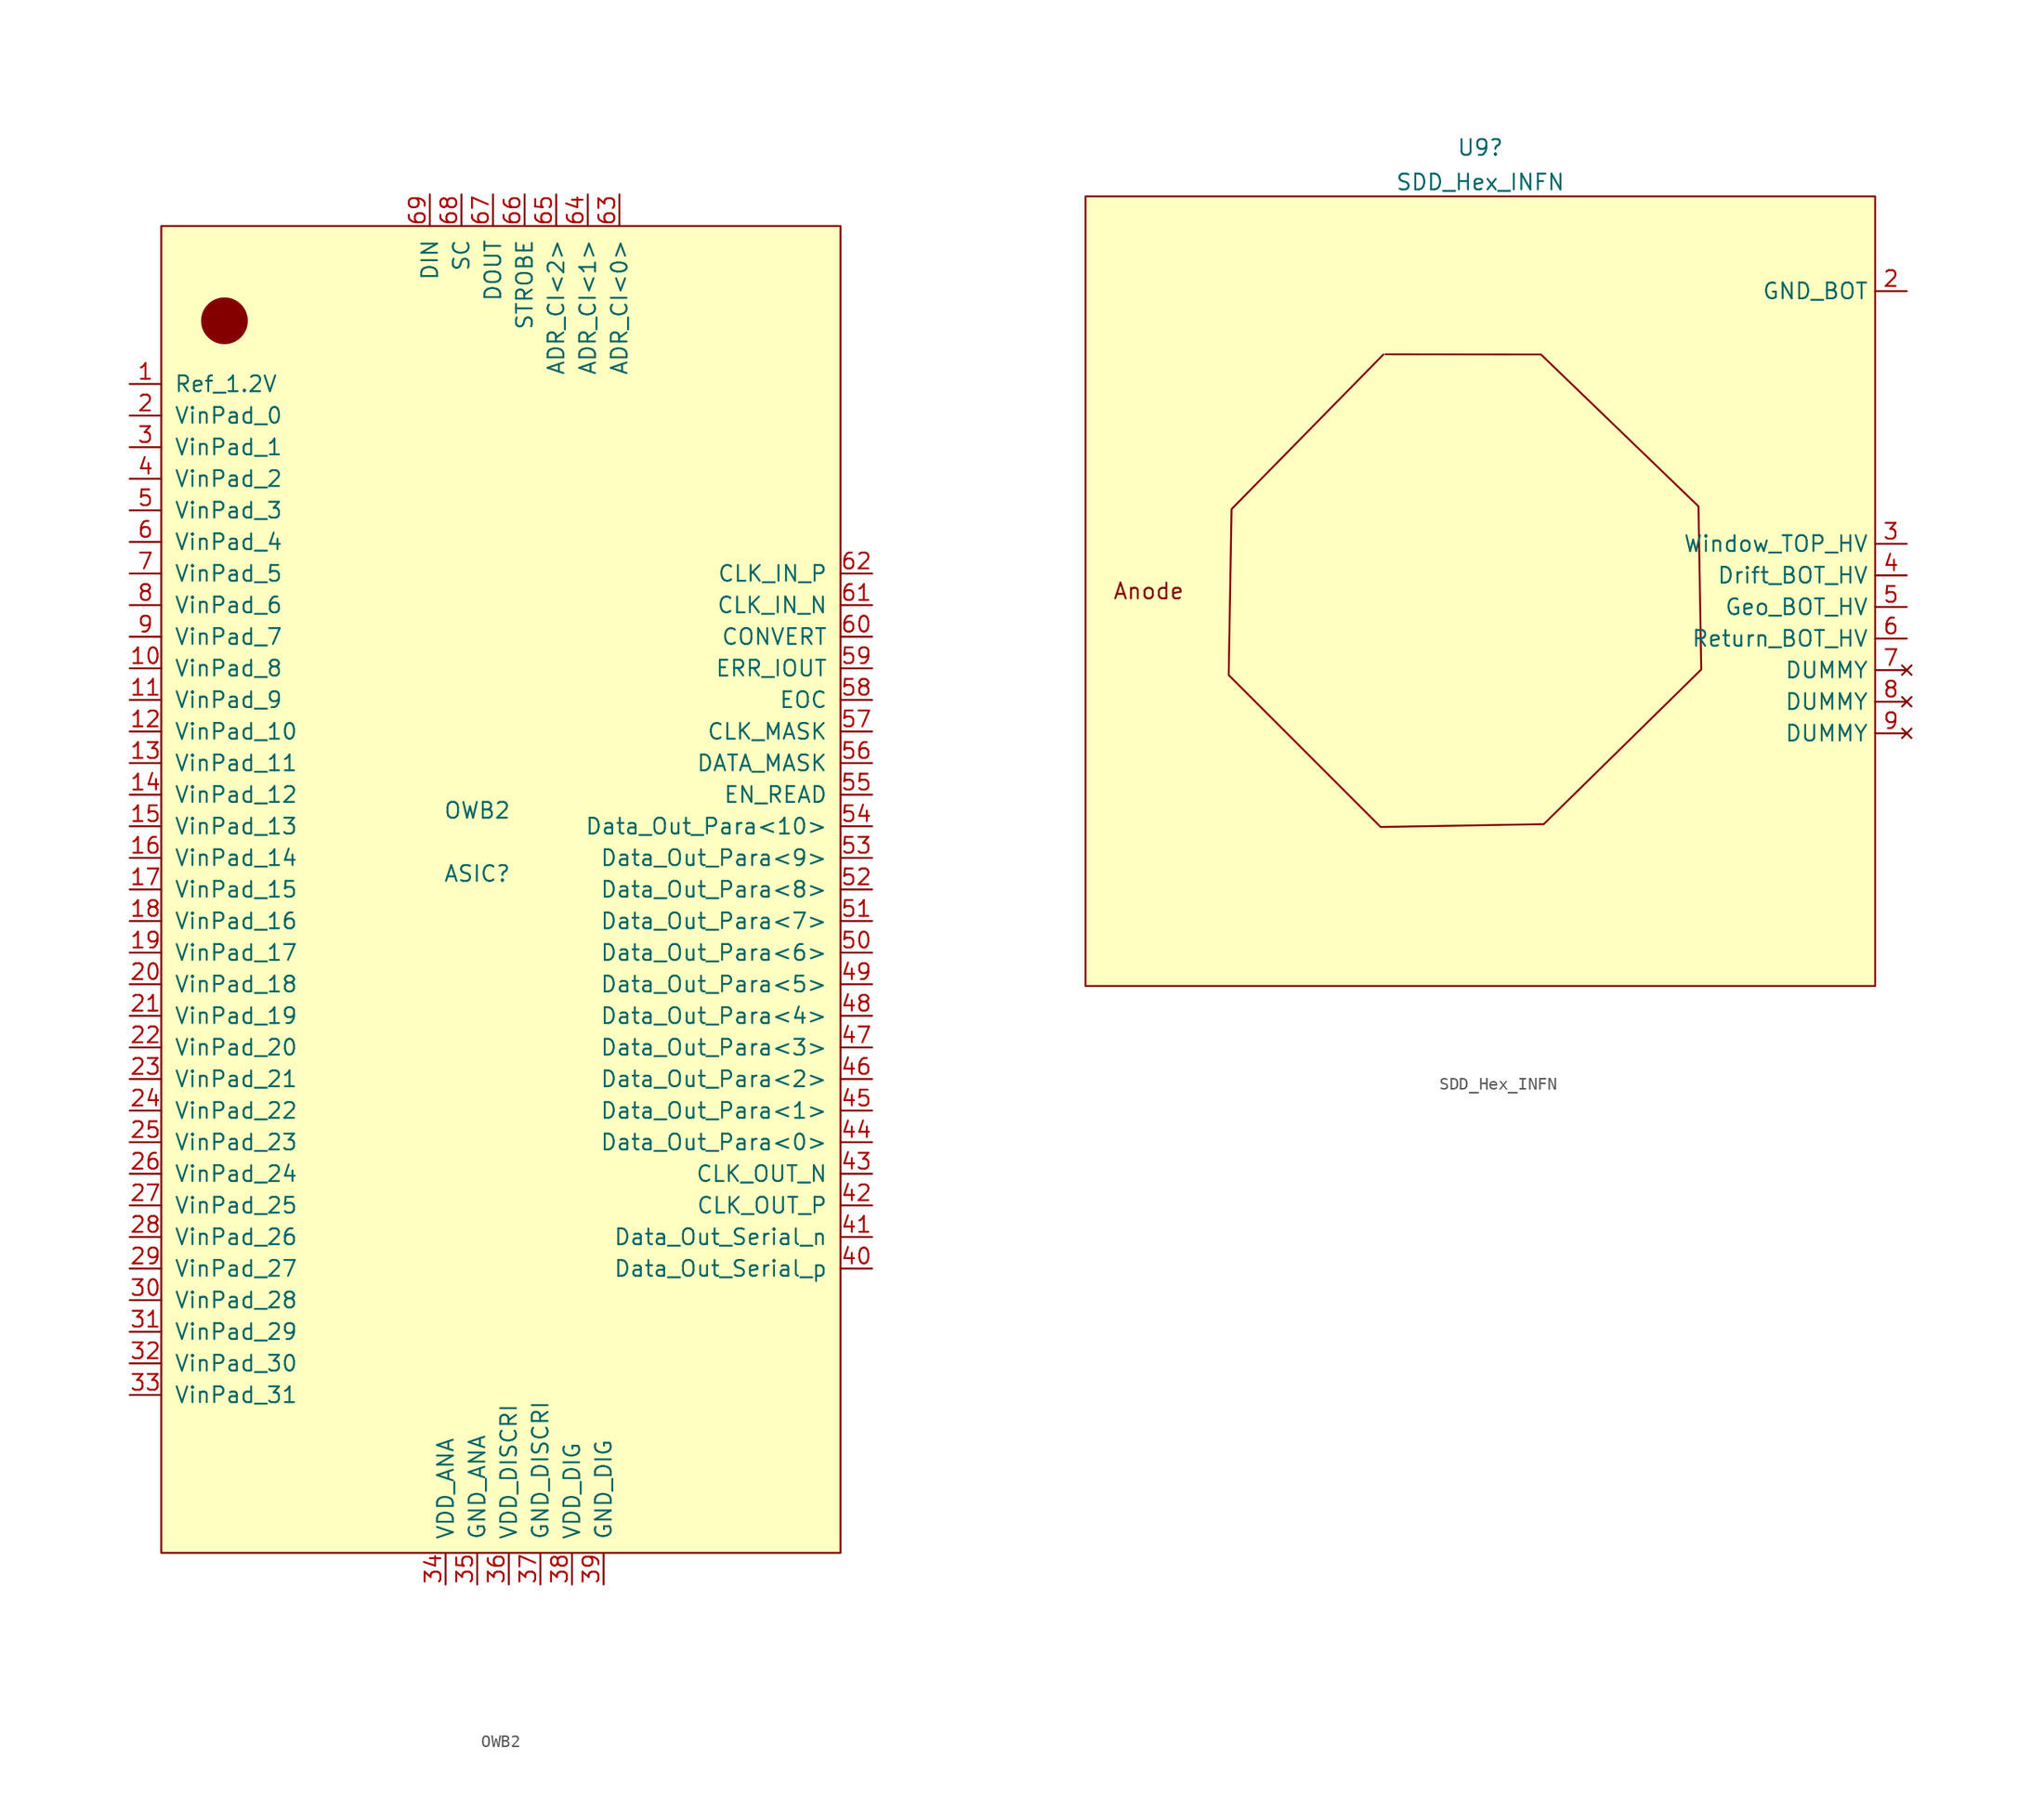
<source format=kicad_sym>
(kicad_symbol_lib
  (version 20211014)
  (generator kicad_symbol_editor)
  (symbol "OWB2"
    (pin_names
      (offset 1.016))
    (property "Reference" "ASIC"
      (at 41.91 60.96 0)
      (effects (font (size 1.27 1.27))))
    (property "Value" "OWB2"
      (at 41.91 66.04 0)
      (effects (font (size 1.27 1.27))))
    (symbol "OWB2_0_1"
      (rectangle (start 16.51 113.03) (end 71.12 6.35) (stroke (width 0) (type default) (color 0 0 0 0)) (fill (type background)))
      (circle (center 21.59 105.41) (radius 1.803) (stroke (width 0) (type default) (color 0 0 0 0)) (fill (type outline))))
    (symbol "OWB2_1_1"
      (pin output line (at 13.97 100.33 0) (length 2.54) (name "Ref_1.2V" (effects (font (size 1.27 1.27)))) (number "1" (effects (font (size 1.27 1.27)))))
      (pin input line (at 13.97 77.47 0) (length 2.54) (name "VinPad_8" (effects (font (size 1.27 1.27)))) (number "10" (effects (font (size 1.27 1.27)))))
      (pin input line (at 13.97 74.93 0) (length 2.54) (name "VinPad_9" (effects (font (size 1.27 1.27)))) (number "11" (effects (font (size 1.27 1.27)))))
      (pin input line (at 13.97 72.39 0) (length 2.54) (name "VinPad_10" (effects (font (size 1.27 1.27)))) (number "12" (effects (font (size 1.27 1.27)))))
      (pin input line (at 13.97 69.85 0) (length 2.54) (name "VinPad_11" (effects (font (size 1.27 1.27)))) (number "13" (effects (font (size 1.27 1.27)))))
      (pin input line (at 13.97 67.31 0) (length 2.54) (name "VinPad_12" (effects (font (size 1.27 1.27)))) (number "14" (effects (font (size 1.27 1.27)))))
      (pin input line (at 13.97 64.77 0) (length 2.54) (name "VinPad_13" (effects (font (size 1.27 1.27)))) (number "15" (effects (font (size 1.27 1.27)))))
      (pin input line (at 13.97 62.23 0) (length 2.54) (name "VinPad_14" (effects (font (size 1.27 1.27)))) (number "16" (effects (font (size 1.27 1.27)))))
      (pin input line (at 13.97 59.69 0) (length 2.54) (name "VinPad_15" (effects (font (size 1.27 1.27)))) (number "17" (effects (font (size 1.27 1.27)))))
      (pin input line (at 13.97 57.15 0) (length 2.54) (name "VinPad_16" (effects (font (size 1.27 1.27)))) (number "18" (effects (font (size 1.27 1.27)))))
      (pin input line (at 13.97 54.61 0) (length 2.54) (name "VinPad_17" (effects (font (size 1.27 1.27)))) (number "19" (effects (font (size 1.27 1.27)))))
      (pin input line (at 13.97 97.79 0) (length 2.54) (name "VinPad_0" (effects (font (size 1.27 1.27)))) (number "2" (effects (font (size 1.27 1.27)))))
      (pin input line (at 13.97 52.07 0) (length 2.54) (name "VinPad_18" (effects (font (size 1.27 1.27)))) (number "20" (effects (font (size 1.27 1.27)))))
      (pin input line (at 13.97 49.53 0) (length 2.54) (name "VinPad_19" (effects (font (size 1.27 1.27)))) (number "21" (effects (font (size 1.27 1.27)))))
      (pin input line (at 13.97 46.99 0) (length 2.54) (name "VinPad_20" (effects (font (size 1.27 1.27)))) (number "22" (effects (font (size 1.27 1.27)))))
      (pin input line (at 13.97 44.45 0) (length 2.54) (name "VinPad_21" (effects (font (size 1.27 1.27)))) (number "23" (effects (font (size 1.27 1.27)))))
      (pin input line (at 13.97 41.91 0) (length 2.54) (name "VinPad_22" (effects (font (size 1.27 1.27)))) (number "24" (effects (font (size 1.27 1.27)))))
      (pin input line (at 13.97 39.37 0) (length 2.54) (name "VinPad_23" (effects (font (size 1.27 1.27)))) (number "25" (effects (font (size 1.27 1.27)))))
      (pin input line (at 13.97 36.83 0) (length 2.54) (name "VinPad_24" (effects (font (size 1.27 1.27)))) (number "26" (effects (font (size 1.27 1.27)))))
      (pin input line (at 13.97 34.29 0) (length 2.54) (name "VinPad_25" (effects (font (size 1.27 1.27)))) (number "27" (effects (font (size 1.27 1.27)))))
      (pin input line (at 13.97 31.75 0) (length 2.54) (name "VinPad_26" (effects (font (size 1.27 1.27)))) (number "28" (effects (font (size 1.27 1.27)))))
      (pin input line (at 13.97 29.21 0) (length 2.54) (name "VinPad_27" (effects (font (size 1.27 1.27)))) (number "29" (effects (font (size 1.27 1.27)))))
      (pin input line (at 13.97 95.25 0) (length 2.54) (name "VinPad_1" (effects (font (size 1.27 1.27)))) (number "3" (effects (font (size 1.27 1.27)))))
      (pin input line (at 13.97 26.67 0) (length 2.54) (name "VinPad_28" (effects (font (size 1.27 1.27)))) (number "30" (effects (font (size 1.27 1.27)))))
      (pin input line (at 13.97 24.13 0) (length 2.54) (name "VinPad_29" (effects (font (size 1.27 1.27)))) (number "31" (effects (font (size 1.27 1.27)))))
      (pin input line (at 13.97 21.59 0) (length 2.54) (name "VinPad_30" (effects (font (size 1.27 1.27)))) (number "32" (effects (font (size 1.27 1.27)))))
      (pin input line (at 13.97 19.05 0) (length 2.54) (name "VinPad_31" (effects (font (size 1.27 1.27)))) (number "33" (effects (font (size 1.27 1.27)))))
      (pin power_in line (at 39.37 3.81 90) (length 2.54) (name "VDD_ANA" (effects (font (size 1.27 1.27)))) (number "34" (effects (font (size 1.27 1.27)))))
      (pin power_in line (at 41.91 3.81 90) (length 2.54) (name "GND_ANA" (effects (font (size 1.27 1.27)))) (number "35" (effects (font (size 1.27 1.27)))))
      (pin power_in line (at 44.45 3.81 90) (length 2.54) (name "VDD_DISCRI" (effects (font (size 1.27 1.27)))) (number "36" (effects (font (size 1.27 1.27)))))
      (pin power_in line (at 46.99 3.81 90) (length 2.54) (name "GND_DISCRI" (effects (font (size 1.27 1.27)))) (number "37" (effects (font (size 1.27 1.27)))))
      (pin power_in line (at 49.53 3.81 90) (length 2.54) (name "VDD_DIG" (effects (font (size 1.27 1.27)))) (number "38" (effects (font (size 1.27 1.27)))))
      (pin power_in line (at 52.07 3.81 90) (length 2.54) (name "GND_DIG" (effects (font (size 1.27 1.27)))) (number "39" (effects (font (size 1.27 1.27)))))
      (pin input line (at 13.97 92.71 0) (length 2.54) (name "VinPad_2" (effects (font (size 1.27 1.27)))) (number "4" (effects (font (size 1.27 1.27)))))
      (pin output line (at 73.66 29.21 180) (length 2.54) (name "Data_Out_Serial_p" (effects (font (size 1.27 1.27)))) (number "40" (effects (font (size 1.27 1.27)))))
      (pin output line (at 73.66 31.75 180) (length 2.54) (name "Data_Out_Serial_n" (effects (font (size 1.27 1.27)))) (number "41" (effects (font (size 1.27 1.27)))))
      (pin output line (at 73.66 34.29 180) (length 2.54) (name "CLK_OUT_P" (effects (font (size 1.27 1.27)))) (number "42" (effects (font (size 1.27 1.27)))))
      (pin output line (at 73.66 36.83 180) (length 2.54) (name "CLK_OUT_N" (effects (font (size 1.27 1.27)))) (number "43" (effects (font (size 1.27 1.27)))))
      (pin output line (at 73.66 39.37 180) (length 2.54) (name "Data_Out_Para<0>" (effects (font (size 1.27 1.27)))) (number "44" (effects (font (size 1.27 1.27)))))
      (pin output line (at 73.66 41.91 180) (length 2.54) (name "Data_Out_Para<1>" (effects (font (size 1.27 1.27)))) (number "45" (effects (font (size 1.27 1.27)))))
      (pin output line (at 73.66 44.45 180) (length 2.54) (name "Data_Out_Para<2>" (effects (font (size 1.27 1.27)))) (number "46" (effects (font (size 1.27 1.27)))))
      (pin output line (at 73.66 46.99 180) (length 2.54) (name "Data_Out_Para<3>" (effects (font (size 1.27 1.27)))) (number "47" (effects (font (size 1.27 1.27)))))
      (pin output line (at 73.66 49.53 180) (length 2.54) (name "Data_Out_Para<4>" (effects (font (size 1.27 1.27)))) (number "48" (effects (font (size 1.27 1.27)))))
      (pin output line (at 73.66 52.07 180) (length 2.54) (name "Data_Out_Para<5>" (effects (font (size 1.27 1.27)))) (number "49" (effects (font (size 1.27 1.27)))))
      (pin input line (at 13.97 90.17 0) (length 2.54) (name "VinPad_3" (effects (font (size 1.27 1.27)))) (number "5" (effects (font (size 1.27 1.27)))))
      (pin output line (at 73.66 54.61 180) (length 2.54) (name "Data_Out_Para<6>" (effects (font (size 1.27 1.27)))) (number "50" (effects (font (size 1.27 1.27)))))
      (pin output line (at 73.66 57.15 180) (length 2.54) (name "Data_Out_Para<7>" (effects (font (size 1.27 1.27)))) (number "51" (effects (font (size 1.27 1.27)))))
      (pin output line (at 73.66 59.69 180) (length 2.54) (name "Data_Out_Para<8>" (effects (font (size 1.27 1.27)))) (number "52" (effects (font (size 1.27 1.27)))))
      (pin output line (at 73.66 62.23 180) (length 2.54) (name "Data_Out_Para<9>" (effects (font (size 1.27 1.27)))) (number "53" (effects (font (size 1.27 1.27)))))
      (pin output line (at 73.66 64.77 180) (length 2.54) (name "Data_Out_Para<10>" (effects (font (size 1.27 1.27)))) (number "54" (effects (font (size 1.27 1.27)))))
      (pin input line (at 73.66 67.31 180) (length 2.54) (name "EN_READ" (effects (font (size 1.27 1.27)))) (number "55" (effects (font (size 1.27 1.27)))))
      (pin input line (at 73.66 69.85 180) (length 2.54) (name "DATA_MASK" (effects (font (size 1.27 1.27)))) (number "56" (effects (font (size 1.27 1.27)))))
      (pin input line (at 73.66 72.39 180) (length 2.54) (name "CLK_MASK" (effects (font (size 1.27 1.27)))) (number "57" (effects (font (size 1.27 1.27)))))
      (pin output line (at 73.66 74.93 180) (length 2.54) (name "EOC" (effects (font (size 1.27 1.27)))) (number "58" (effects (font (size 1.27 1.27)))))
      (pin open_collector line (at 73.66 77.47 180) (length 2.54) (name "ERR_IOUT" (effects (font (size 1.27 1.27)))) (number "59" (effects (font (size 1.27 1.27)))))
      (pin input line (at 13.97 87.63 0) (length 2.54) (name "VinPad_4" (effects (font (size 1.27 1.27)))) (number "6" (effects (font (size 1.27 1.27)))))
      (pin input line (at 73.66 80.01 180) (length 2.54) (name "CONVERT" (effects (font (size 1.27 1.27)))) (number "60" (effects (font (size 1.27 1.27)))))
      (pin input line (at 73.66 82.55 180) (length 2.54) (name "CLK_IN_N" (effects (font (size 1.27 1.27)))) (number "61" (effects (font (size 1.27 1.27)))))
      (pin input line (at 73.66 85.09 180) (length 2.54) (name "CLK_IN_P" (effects (font (size 1.27 1.27)))) (number "62" (effects (font (size 1.27 1.27)))))
      (pin passive line (at 53.34 115.57 270) (length 2.54) (name "ADR_CI<0>" (effects (font (size 1.27 1.27)))) (number "63" (effects (font (size 1.27 1.27)))))
      (pin passive line (at 50.8 115.57 270) (length 2.54) (name "ADR_CI<1>" (effects (font (size 1.27 1.27)))) (number "64" (effects (font (size 1.27 1.27)))))
      (pin passive line (at 48.26 115.57 270) (length 2.54) (name "ADR_CI<2>" (effects (font (size 1.27 1.27)))) (number "65" (effects (font (size 1.27 1.27)))))
      (pin input line (at 45.72 115.57 270) (length 2.54) (name "STROBE" (effects (font (size 1.27 1.27)))) (number "66" (effects (font (size 1.27 1.27)))))
      (pin output line (at 43.18 115.57 270) (length 2.54) (name "DOUT" (effects (font (size 1.27 1.27)))) (number "67" (effects (font (size 1.27 1.27)))))
      (pin input line (at 40.64 115.57 270) (length 2.54) (name "SC" (effects (font (size 1.27 1.27)))) (number "68" (effects (font (size 1.27 1.27)))))
      (pin input line (at 38.1 115.57 270) (length 2.54) (name "DIN" (effects (font (size 1.27 1.27)))) (number "69" (effects (font (size 1.27 1.27)))))
      (pin input line (at 13.97 85.09 0) (length 2.54) (name "VinPad_5" (effects (font (size 1.27 1.27)))) (number "7" (effects (font (size 1.27 1.27)))))
      (pin input line (at 13.97 82.55 0) (length 2.54) (name "VinPad_6" (effects (font (size 1.27 1.27)))) (number "8" (effects (font (size 1.27 1.27)))))
      (pin input line (at 13.97 80.01 0) (length 2.54) (name "VinPad_7" (effects (font (size 1.27 1.27)))) (number "9" (effects (font (size 1.27 1.27)))))))
  (symbol "SDD_Hex_INFN"
    (property "Reference" "U9"
      (at 0 67.416 0)
      (effects (font (size 1.27 1.27))))
    (property "Value" "SDD_Hex_INFN"
      (at 0 64.641 0)
      (effects (font (size 1.27 1.27))))
    (symbol "SDD_Hex_INFN_0_0"
      (text "Anode" (at -26.67 31.75 0) (effects (font (size 1.27 1.27)))))
    (symbol "SDD_Hex_INFN_0_1"
      (rectangle (start -31.75 63.5) (end 31.75 0) (stroke (width 0.152) (type default) (color 0 0 0 0)) (fill (type background)))
      (polyline (pts (xy -7.62 50.8) (xy 4.873 50.787) (xy 17.54 38.574) (xy 17.766 25.455) (xy 5.1 13.015) (xy -8.019 12.789) (xy -20.233 25.002) (xy -20.007 38.347) (xy -7.793 50.787)) (stroke (width 0.152) (type default) (color 0 0 0 0)) (fill (type none))))
    (symbol "SDD_Hex_INFN_1_1"
      (pin power_in line (at 34.29 55.88 180) (length 2.54) (name "GND_BOT" (effects (font (size 1.27 1.27)))) (number "2" (effects (font (size 1.27 1.27)))))
      (pin input line (at 34.29 35.56 180) (length 2.54) (name "Window_TOP_HV" (effects (font (size 1.27 1.27)))) (number "3" (effects (font (size 1.27 1.27)))))
      (pin input line (at 34.29 33.02 180) (length 2.54) (name "Drift_BOT_HV" (effects (font (size 1.27 1.27)))) (number "4" (effects (font (size 1.27 1.27)))))
      (pin input line (at 34.29 30.48 180) (length 2.54) (name "Geo_BOT_HV" (effects (font (size 1.27 1.27)))) (number "5" (effects (font (size 1.27 1.27)))))
      (pin input line (at 34.29 27.94 180) (length 2.54) (name "Return_BOT_HV" (effects (font (size 1.27 1.27)))) (number "6" (effects (font (size 1.27 1.27)))))
      (pin no_connect line (at 34.29 25.4 180) (length 2.54) (name "DUMMY" (effects (font (size 1.27 1.27)))) (number "7" (effects (font (size 1.27 1.27)))))
      (pin no_connect line (at 34.29 22.86 180) (length 2.54) (name "DUMMY" (effects (font (size 1.27 1.27)))) (number "8" (effects (font (size 1.27 1.27)))))
      (pin no_connect line (at 34.29 20.32 180) (length 2.54) (name "DUMMY" (effects (font (size 1.27 1.27)))) (number "9" (effects (font (size 1.27 1.27))))))))
</source>
